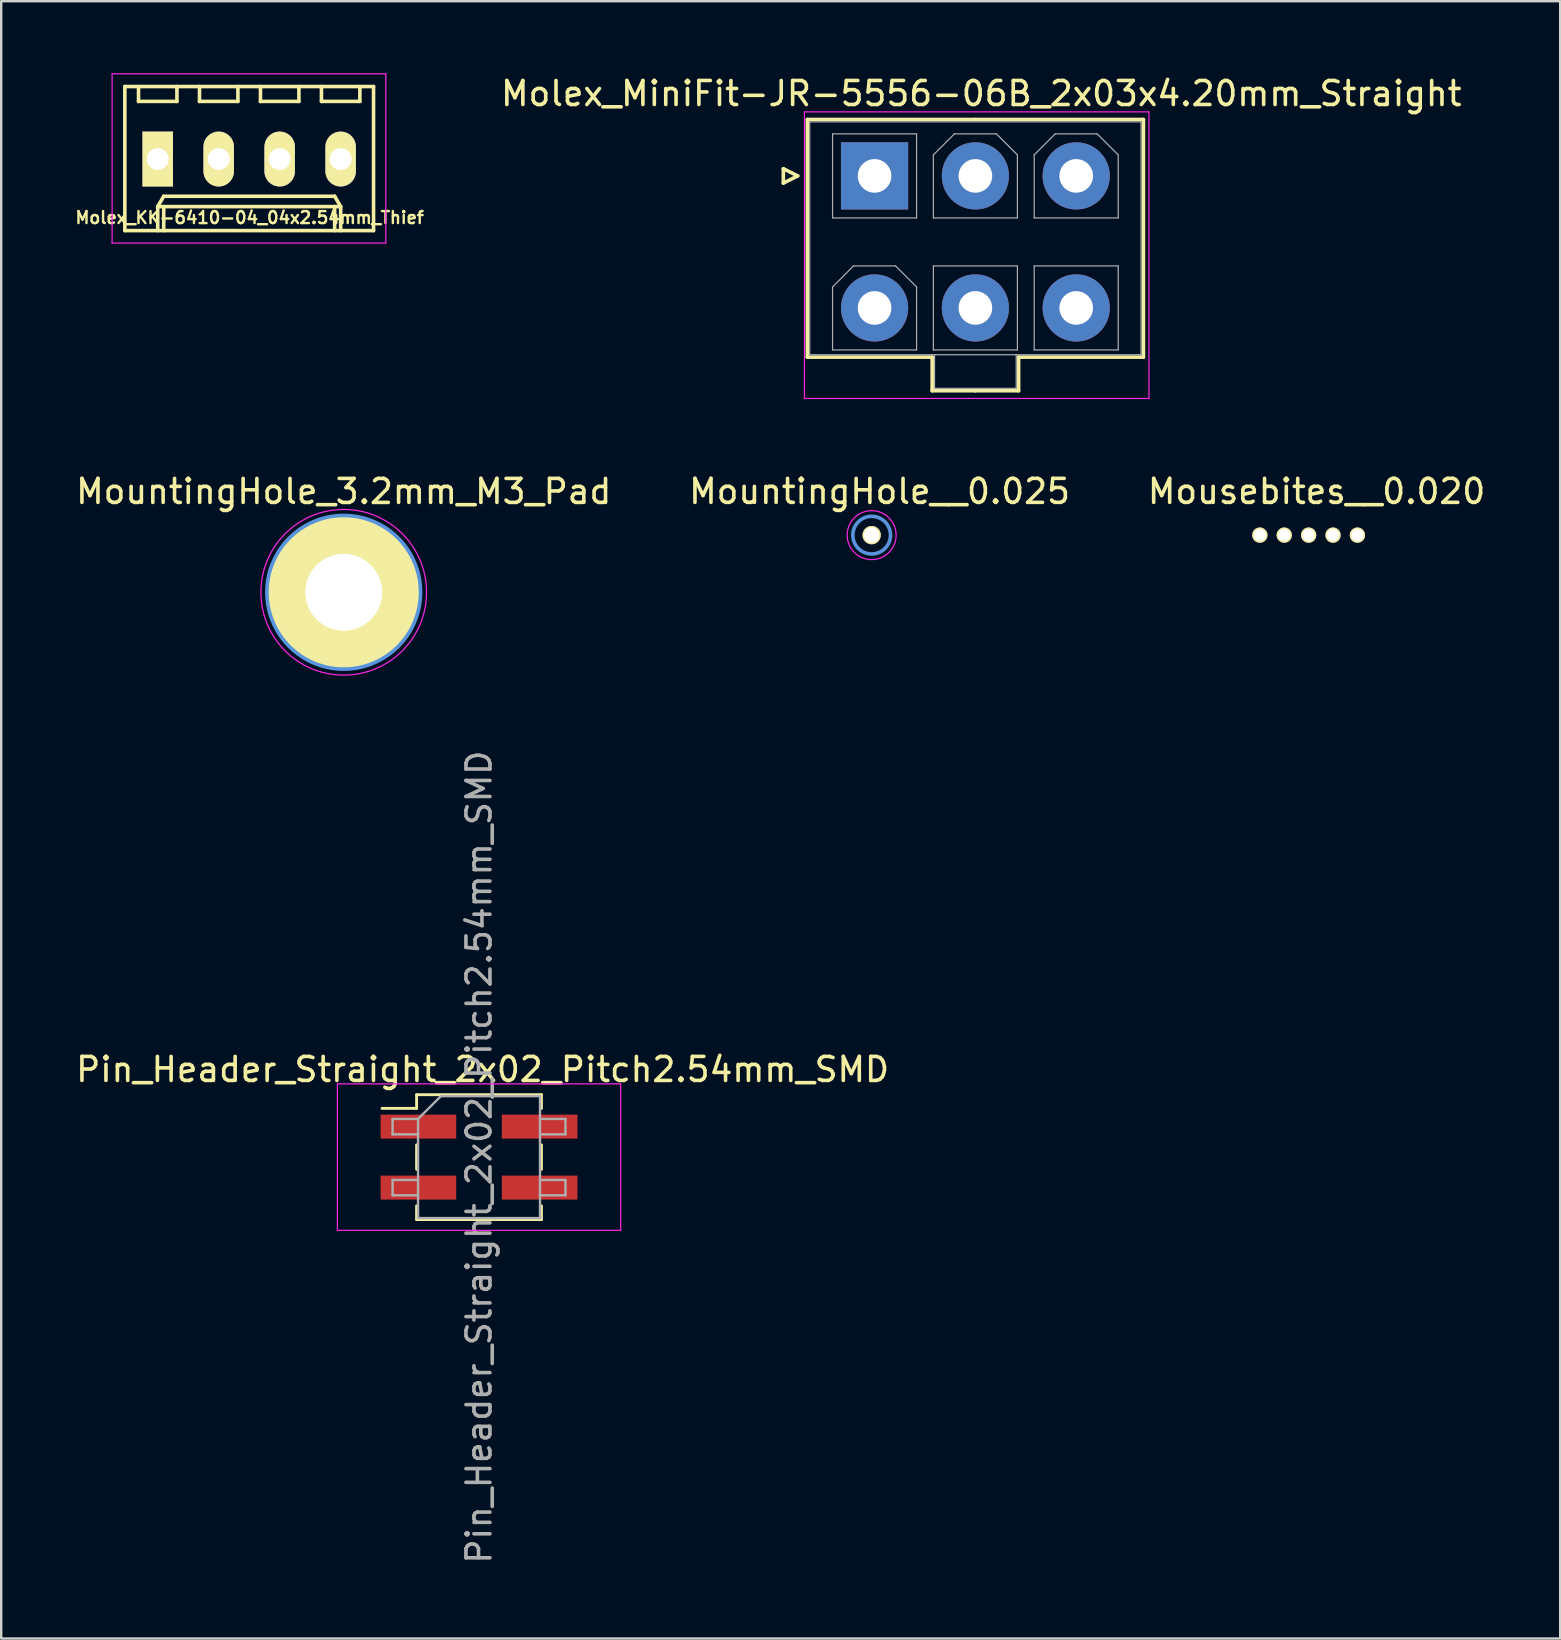
<source format=kicad_pcb>
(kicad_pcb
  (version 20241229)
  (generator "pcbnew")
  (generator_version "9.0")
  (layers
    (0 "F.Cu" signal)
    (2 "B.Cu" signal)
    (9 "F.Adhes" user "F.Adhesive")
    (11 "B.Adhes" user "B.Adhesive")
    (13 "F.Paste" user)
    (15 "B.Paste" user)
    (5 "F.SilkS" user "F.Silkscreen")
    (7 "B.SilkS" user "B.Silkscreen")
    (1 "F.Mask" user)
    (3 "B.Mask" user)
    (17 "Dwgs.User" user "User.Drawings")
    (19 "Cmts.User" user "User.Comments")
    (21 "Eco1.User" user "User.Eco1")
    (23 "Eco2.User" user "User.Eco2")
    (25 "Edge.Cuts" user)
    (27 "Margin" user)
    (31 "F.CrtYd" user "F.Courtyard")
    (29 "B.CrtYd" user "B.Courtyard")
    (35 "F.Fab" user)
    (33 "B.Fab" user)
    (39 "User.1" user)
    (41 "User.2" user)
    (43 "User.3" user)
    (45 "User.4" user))
  (footprint "MountingHole_3.2mm_M3_Pad"
    (layer "F.Cu")
    (at 11.268 21.622)
    (property "Reference" "MountingHole_3.2mm_M3_Pad" (at 0 -4.2 0) (layer "F.SilkS") (effects (font (size 1 1) (thickness 0.15))))
    (attr through_hole)
    (fp_circle (center 0 0) (end 3.2 0) (stroke (width 0.15) (type solid)) (fill no) (layer "Cmts.User"))
    (fp_circle (center 0 0) (end 3.45 0) (stroke (width 0.05) (type solid)) (fill no) (layer "F.CrtYd"))
    (pad "1" thru_hole circle (at 0 0) (size 6.4 6.4) (drill 3.2) (layers "*.Cu" "*.Mask" "F.SilkS")))
  (footprint "Pin_Header_Straight_2x02_Pitch2.54mm_SMD"
    (layer "F.Cu")
    (at 16.904 45.15)
    (property "Reference" "Pin_Header_Straight_2x02_Pitch2.54mm_SMD" (at 0.15 -3.65 0) (layer "F.SilkS") (effects (font (size 1 1) (thickness 0.15))))
    (attr smd)
    (fp_line (start -4.04 -2.03) (end -2.6 -2.03) (stroke (width 0.12) (type solid)) (layer "F.SilkS"))
    (fp_line (start -2.6 -2.6) (end -2.6 -2.03) (stroke (width 0.12) (type solid)) (layer "F.SilkS"))
    (fp_line (start -2.6 -2.6) (end 2.6 -2.6) (stroke (width 0.12) (type solid)) (layer "F.SilkS"))
    (fp_line (start -2.6 -0.51) (end -2.6 0.51) (stroke (width 0.12) (type solid)) (layer "F.SilkS"))
    (fp_line (start -2.6 2.03) (end -2.6 2.6) (stroke (width 0.12) (type solid)) (layer "F.SilkS"))
    (fp_line (start -2.6 2.6) (end 2.6 2.6) (stroke (width 0.12) (type solid)) (layer "F.SilkS"))
    (fp_line (start 2.6 -2.6) (end 2.6 -2.03) (stroke (width 0.12) (type solid)) (layer "F.SilkS"))
    (fp_line (start 2.6 -0.51) (end 2.6 0.51) (stroke (width 0.12) (type solid)) (layer "F.SilkS"))
    (fp_line (start 2.6 2.03) (end 2.6 2.6) (stroke (width 0.12) (type solid)) (layer "F.SilkS"))
    (fp_line (start -5.9 -3.05) (end -5.9 3.05) (stroke (width 0.05) (type solid)) (layer "F.CrtYd"))
    (fp_line (start -5.9 3.05) (end 5.9 3.05) (stroke (width 0.05) (type solid)) (layer "F.CrtYd"))
    (fp_line (start 5.9 -3.05) (end -5.9 -3.05) (stroke (width 0.05) (type solid)) (layer "F.CrtYd"))
    (fp_line (start 5.9 3.05) (end 5.9 -3.05) (stroke (width 0.05) (type solid)) (layer "F.CrtYd"))
    (fp_line (start -3.6 -1.59) (end -3.6 -0.95) (stroke (width 0.1) (type solid)) (layer "F.Fab"))
    (fp_line (start -3.6 -0.95) (end -2.54 -0.95) (stroke (width 0.1) (type solid)) (layer "F.Fab"))
    (fp_line (start -3.6 0.95) (end -3.6 1.59) (stroke (width 0.1) (type solid)) (layer "F.Fab"))
    (fp_line (start -3.6 1.59) (end -2.54 1.59) (stroke (width 0.1) (type solid)) (layer "F.Fab"))
    (fp_line (start -2.54 -1.59) (end -3.6 -1.59) (stroke (width 0.1) (type solid)) (layer "F.Fab"))
    (fp_line (start -2.54 -1.59) (end -1.59 -2.54) (stroke (width 0.1) (type solid)) (layer "F.Fab"))
    (fp_line (start -2.54 0.95) (end -3.6 0.95) (stroke (width 0.1) (type solid)) (layer "F.Fab"))
    (fp_line (start -2.54 2.54) (end -2.54 -1.59) (stroke (width 0.1) (type solid)) (layer "F.Fab"))
    (fp_line (start -1.59 -2.54) (end 2.54 -2.54) (stroke (width 0.1) (type solid)) (layer "F.Fab"))
    (fp_line (start 2.54 -2.54) (end 2.54 2.54) (stroke (width 0.1) (type solid)) (layer "F.Fab"))
    (fp_line (start 2.54 -1.59) (end 3.6 -1.59) (stroke (width 0.1) (type solid)) (layer "F.Fab"))
    (fp_line (start 2.54 0.95) (end 3.6 0.95) (stroke (width 0.1) (type solid)) (layer "F.Fab"))
    (fp_line (start 2.54 2.54) (end -2.54 2.54) (stroke (width 0.1) (type solid)) (layer "F.Fab"))
    (fp_line (start 3.6 -1.59) (end 3.6 -0.95) (stroke (width 0.1) (type solid)) (layer "F.Fab"))
    (fp_line (start 3.6 -0.95) (end 2.54 -0.95) (stroke (width 0.1) (type solid)) (layer "F.Fab"))
    (fp_line (start 3.6 0.95) (end 3.6 1.59) (stroke (width 0.1) (type solid)) (layer "F.Fab"))
    (fp_line (start 3.6 1.59) (end 2.54 1.59) (stroke (width 0.1) (type solid)) (layer "F.Fab"))
    (fp_text user "${REFERENCE}" (at 0 0 90) (layer "F.Fab") (effects (font (size 1 1) (thickness 0.15))))
    (pad "1" smd rect (at -2.525 -1.27) (size 3.15 1) (layers "F.Cu" "F.Mask" "F.Paste"))
    (pad "2" smd rect (at 2.525 -1.27) (size 3.15 1) (layers "F.Cu" "F.Mask" "F.Paste"))
    (pad "3" smd rect (at -2.525 1.27) (size 3.15 1) (layers "F.Cu" "F.Mask" "F.Paste"))
    (pad "4" smd rect (at 2.525 1.27) (size 3.15 1) (layers "F.Cu" "F.Mask" "F.Paste")))
  (footprint "MountingHole__0.025"
    (layer "F.Cu")
    (at 33.259 19.241)
    (property "Reference" "MountingHole__0.025" (at 0.33 -1.82 0) (layer "F.SilkS") (effects (font (size 1 1) (thickness 0.15))))
    (attr through_hole)
    (fp_circle (center 0 0) (end 0.78 -0.08) (stroke (width 0.15) (type solid)) (fill no) (layer "Cmts.User"))
    (fp_circle (center 0 0) (end 1 -0.2) (stroke (width 0.05) (type solid)) (fill no) (layer "F.CrtYd"))
    (pad "" np_thru_hole circle (at 0 0) (size 0.762 0.762) (drill 0.635) (layers "*.Cu" "*.Mask" "F.SilkS")))
  (footprint "Molex_MiniFit-JR-5556-06B_2x03x4.20mm_Straight"
    (layer "F.Cu")
    (at 37.571 7.071)
    (property "Reference" "Molex_MiniFit-JR-5556-06B_2x03x4.20mm_Straight" (at 0.254 -6.223 0) (layer "F.SilkS") (effects (font (size 1 1) (thickness 0.15))))
    (attr through_hole)
    (fp_line (start -7.991 -3.094) (end -7.391 -2.794) (stroke (width 0.15) (type solid)) (layer "F.SilkS"))
    (fp_line (start -7.991 -2.494) (end -7.991 -3.094) (stroke (width 0.15) (type solid)) (layer "F.SilkS"))
    (fp_line (start -7.391 -2.794) (end -7.991 -2.494) (stroke (width 0.15) (type solid)) (layer "F.SilkS"))
    (fp_line (start -6.991 -5.144) (end -6.991 4.756) (stroke (width 0.15) (type solid)) (layer "F.SilkS"))
    (fp_line (start -6.991 4.756) (end -1.791 4.756) (stroke (width 0.15) (type solid)) (layer "F.SilkS"))
    (fp_line (start -1.791 4.756) (end -1.791 6.156) (stroke (width 0.15) (type solid)) (layer "F.SilkS"))
    (fp_line (start -1.791 6.156) (end 0.009 6.156) (stroke (width 0.15) (type solid)) (layer "F.SilkS"))
    (fp_line (start 0.009 -5.144) (end -6.991 -5.144) (stroke (width 0.15) (type solid)) (layer "F.SilkS"))
    (fp_line (start 0.009 -5.144) (end 7.009 -5.144) (stroke (width 0.15) (type solid)) (layer "F.SilkS"))
    (fp_line (start 1.809 4.756) (end 1.809 6.156) (stroke (width 0.15) (type solid)) (layer "F.SilkS"))
    (fp_line (start 1.809 6.156) (end 0.009 6.156) (stroke (width 0.15) (type solid)) (layer "F.SilkS"))
    (fp_line (start 7.009 -5.144) (end 7.009 4.756) (stroke (width 0.15) (type solid)) (layer "F.SilkS"))
    (fp_line (start 7.009 4.756) (end 1.809 4.756) (stroke (width 0.15) (type solid)) (layer "F.SilkS"))
    (fp_line (start -7.112 -5.461) (end -7.112 6.477) (stroke (width 0.05) (type solid)) (layer "F.CrtYd"))
    (fp_line (start -7.112 6.477) (end 7.239 6.477) (stroke (width 0.05) (type solid)) (layer "F.CrtYd"))
    (fp_line (start 7.239 -5.461) (end -7.112 -5.461) (stroke (width 0.05) (type solid)) (layer "F.CrtYd"))
    (fp_line (start 7.239 6.477) (end 7.239 -5.461) (stroke (width 0.05) (type solid)) (layer "F.CrtYd"))
    (fp_line (start -6.891 -5.044) (end -6.891 4.656) (stroke (width 0.05) (type solid)) (layer "F.Fab"))
    (fp_line (start -6.891 4.656) (end 6.909 4.656) (stroke (width 0.05) (type solid)) (layer "F.Fab"))
    (fp_line (start -5.941 -4.544) (end -5.941 -1.044) (stroke (width 0.05) (type solid)) (layer "F.Fab"))
    (fp_line (start -5.941 -1.044) (end -2.441 -1.044) (stroke (width 0.05) (type solid)) (layer "F.Fab"))
    (fp_line (start -5.941 1.831) (end -5.066 0.956) (stroke (width 0.05) (type solid)) (layer "F.Fab"))
    (fp_line (start -5.941 4.456) (end -5.941 1.831) (stroke (width 0.05) (type solid)) (layer "F.Fab"))
    (fp_line (start -5.066 0.956) (end -3.316 0.956) (stroke (width 0.05) (type solid)) (layer "F.Fab"))
    (fp_line (start -3.316 0.956) (end -2.441 1.831) (stroke (width 0.05) (type solid)) (layer "F.Fab"))
    (fp_line (start -2.441 -4.544) (end -5.941 -4.544) (stroke (width 0.05) (type solid)) (layer "F.Fab"))
    (fp_line (start -2.441 -1.044) (end -2.441 -4.544) (stroke (width 0.05) (type solid)) (layer "F.Fab"))
    (fp_line (start -2.441 1.831) (end -2.441 4.456) (stroke (width 0.05) (type solid)) (layer "F.Fab"))
    (fp_line (start -2.441 4.456) (end -5.941 4.456) (stroke (width 0.05) (type solid)) (layer "F.Fab"))
    (fp_line (start -1.741 -3.669) (end -0.866 -4.544) (stroke (width 0.05) (type solid)) (layer "F.Fab"))
    (fp_line (start -1.741 -1.044) (end -1.741 -3.669) (stroke (width 0.05) (type solid)) (layer "F.Fab"))
    (fp_line (start -1.741 0.956) (end -1.741 4.456) (stroke (width 0.05) (type solid)) (layer "F.Fab"))
    (fp_line (start -1.741 4.456) (end 1.759 4.456) (stroke (width 0.05) (type solid)) (layer "F.Fab"))
    (fp_line (start -1.691 4.656) (end -1.691 6.056) (stroke (width 0.05) (type solid)) (layer "F.Fab"))
    (fp_line (start -1.691 6.056) (end 1.709 6.056) (stroke (width 0.05) (type solid)) (layer "F.Fab"))
    (fp_line (start -0.866 -4.544) (end 0.884 -4.544) (stroke (width 0.05) (type solid)) (layer "F.Fab"))
    (fp_line (start 0.884 -4.544) (end 1.759 -3.669) (stroke (width 0.05) (type solid)) (layer "F.Fab"))
    (fp_line (start 1.709 6.056) (end 1.709 4.656) (stroke (width 0.05) (type solid)) (layer "F.Fab"))
    (fp_line (start 1.759 -3.669) (end 1.759 -1.044) (stroke (width 0.05) (type solid)) (layer "F.Fab"))
    (fp_line (start 1.759 -1.044) (end -1.741 -1.044) (stroke (width 0.05) (type solid)) (layer "F.Fab"))
    (fp_line (start 1.759 0.956) (end -1.741 0.956) (stroke (width 0.05) (type solid)) (layer "F.Fab"))
    (fp_line (start 1.759 4.456) (end 1.759 0.956) (stroke (width 0.05) (type solid)) (layer "F.Fab"))
    (fp_line (start 2.459 -3.669) (end 3.334 -4.544) (stroke (width 0.05) (type solid)) (layer "F.Fab"))
    (fp_line (start 2.459 -1.044) (end 2.459 -3.669) (stroke (width 0.05) (type solid)) (layer "F.Fab"))
    (fp_line (start 2.459 0.956) (end 2.459 4.456) (stroke (width 0.05) (type solid)) (layer "F.Fab"))
    (fp_line (start 2.459 4.456) (end 5.959 4.456) (stroke (width 0.05) (type solid)) (layer "F.Fab"))
    (fp_line (start 3.334 -4.544) (end 5.084 -4.544) (stroke (width 0.05) (type solid)) (layer "F.Fab"))
    (fp_line (start 5.084 -4.544) (end 5.959 -3.669) (stroke (width 0.05) (type solid)) (layer "F.Fab"))
    (fp_line (start 5.959 -3.669) (end 5.959 -1.044) (stroke (width 0.05) (type solid)) (layer "F.Fab"))
    (fp_line (start 5.959 -1.044) (end 2.459 -1.044) (stroke (width 0.05) (type solid)) (layer "F.Fab"))
    (fp_line (start 5.959 0.956) (end 2.459 0.956) (stroke (width 0.05) (type solid)) (layer "F.Fab"))
    (fp_line (start 5.959 4.456) (end 5.959 0.956) (stroke (width 0.05) (type solid)) (layer "F.Fab"))
    (fp_line (start 6.909 -5.044) (end -6.891 -5.044) (stroke (width 0.05) (type solid)) (layer "F.Fab"))
    (fp_line (start 6.909 4.656) (end 6.909 -5.044) (stroke (width 0.05) (type solid)) (layer "F.Fab"))
    (pad "1" thru_hole rect (at -4.191 -2.794) (size 2.8 2.8) (drill 1.4) (layers "*.Cu" "*.Mask"))
    (pad "2" thru_hole circle (at 0.009 -2.794) (size 2.8 2.8) (drill 1.4) (layers "*.Cu" "*.Mask"))
    (pad "3" thru_hole circle (at 4.209 -2.794) (size 2.8 2.8) (drill 1.4) (layers "*.Cu" "*.Mask"))
    (pad "4" thru_hole circle (at -4.191 2.706) (size 2.8 2.8) (drill 1.4) (layers "*.Cu" "*.Mask"))
    (pad "5" thru_hole circle (at 0.009 2.706) (size 2.8 2.8) (drill 1.4) (layers "*.Cu" "*.Mask"))
    (pad "6" thru_hole circle (at 4.209 2.706) (size 2.8 2.8) (drill 1.4) (layers "*.Cu" "*.Mask")))
  (footprint "Molex_KK-6410-04_04x2.54mm_Thief"
    (layer "F.Cu")
    (at 7.33 3.575)
    (property "Reference" "Molex_KK-6410-04_04x2.54mm_Thief" (at 0.02 2.44 0) (layer "F.SilkS") (effects (font (size 0.5 0.5) (thickness 0.1))))
    (attr through_hole)
    (fp_line (start -5.18 -3.02) (end -5.18 2.98) (stroke (width 0.15) (type solid)) (layer "F.SilkS"))
    (fp_line (start -5.18 2.98) (end 5.18 2.98) (stroke (width 0.15) (type solid)) (layer "F.SilkS"))
    (fp_line (start -4.61 -3.02) (end -4.61 -2.4) (stroke (width 0.15) (type solid)) (layer "F.SilkS"))
    (fp_line (start -4.61 -2.4) (end -3.01 -2.4) (stroke (width 0.15) (type solid)) (layer "F.SilkS"))
    (fp_line (start -3.81 1.98) (end -3.56 1.55) (stroke (width 0.15) (type solid)) (layer "F.SilkS"))
    (fp_line (start -3.81 1.98) (end 3.81 1.98) (stroke (width 0.15) (type solid)) (layer "F.SilkS"))
    (fp_line (start -3.81 2.98) (end -3.81 1.98) (stroke (width 0.15) (type solid)) (layer "F.SilkS"))
    (fp_line (start -3.56 1.55) (end 3.56 1.55) (stroke (width 0.15) (type solid)) (layer "F.SilkS"))
    (fp_line (start -3.56 2.98) (end -3.56 1.98) (stroke (width 0.15) (type solid)) (layer "F.SilkS"))
    (fp_line (start -3.01 -2.4) (end -3.01 -3.02) (stroke (width 0.15) (type solid)) (layer "F.SilkS"))
    (fp_line (start -2.07 -3.02) (end -2.07 -2.4) (stroke (width 0.15) (type solid)) (layer "F.SilkS"))
    (fp_line (start -2.07 -2.4) (end -0.47 -2.4) (stroke (width 0.15) (type solid)) (layer "F.SilkS"))
    (fp_line (start -0.47 -2.4) (end -0.47 -3.02) (stroke (width 0.15) (type solid)) (layer "F.SilkS"))
    (fp_line (start 0.47 -3.02) (end 0.47 -2.4) (stroke (width 0.15) (type solid)) (layer "F.SilkS"))
    (fp_line (start 0.47 -2.4) (end 2.07 -2.4) (stroke (width 0.15) (type solid)) (layer "F.SilkS"))
    (fp_line (start 2.07 -2.4) (end 2.07 -3.02) (stroke (width 0.15) (type solid)) (layer "F.SilkS"))
    (fp_line (start 3.01 -3.02) (end 3.01 -2.4) (stroke (width 0.15) (type solid)) (layer "F.SilkS"))
    (fp_line (start 3.01 -2.4) (end 4.61 -2.4) (stroke (width 0.15) (type solid)) (layer "F.SilkS"))
    (fp_line (start 3.56 1.55) (end 3.81 1.98) (stroke (width 0.15) (type solid)) (layer "F.SilkS"))
    (fp_line (start 3.56 2.98) (end 3.56 1.98) (stroke (width 0.15) (type solid)) (layer "F.SilkS"))
    (fp_line (start 3.81 1.98) (end 3.81 2.98) (stroke (width 0.15) (type solid)) (layer "F.SilkS"))
    (fp_line (start 4.61 -2.4) (end 4.61 -3.02) (stroke (width 0.15) (type solid)) (layer "F.SilkS"))
    (fp_line (start 5.18 -3.02) (end -5.18 -3.02) (stroke (width 0.15) (type solid)) (layer "F.SilkS"))
    (fp_line (start 5.18 2.98) (end 5.18 -3.02) (stroke (width 0.15) (type solid)) (layer "F.SilkS"))
    (fp_line (start -5.71 -3.55) (end 5.69 -3.55) (stroke (width 0.05) (type solid)) (layer "F.CrtYd"))
    (fp_line (start -5.71 3.5) (end -5.71 -3.55) (stroke (width 0.05) (type solid)) (layer "F.CrtYd"))
    (fp_line (start 5.69 -3.55) (end 5.69 3.5) (stroke (width 0.05) (type solid)) (layer "F.CrtYd"))
    (fp_line (start 5.69 3.5) (end -5.71 3.5) (stroke (width 0.05) (type solid)) (layer "F.CrtYd"))
    (pad "1" thru_hole rect (at -3.81 0) (size 1.27 2.286) (drill 0.914) (layers "*.Cu" "*.Mask" "F.SilkS"))
    (pad "2" thru_hole oval (at -1.27 0) (size 1.27 2.286) (drill 0.914) (layers "*.Cu" "*.Mask" "F.SilkS"))
    (pad "3" thru_hole oval (at 1.27 0) (size 1.27 2.286) (drill 0.914) (layers "*.Cu" "*.Mask" "F.SilkS"))
    (pad "4" thru_hole oval (at 3.81 0) (size 1.27 2.286) (drill 0.914) (layers "*.Cu" "*.Mask" "F.SilkS")))
  (footprint "Mousebites__0.020"
    (layer "F.Cu")
    (at 51.462 19.241)
    (property "Reference" "Mousebites__0.020" (at 0.33 -1.82 0) (layer "F.SilkS") (effects (font (size 1 1) (thickness 0.15))))
    (attr through_hole)
    (pad "" np_thru_hole circle (at -2.032 0) (size 0.635 0.635) (drill 0.508) (layers "*.Cu" "*.Mask" "F.SilkS"))
    (pad "" np_thru_hole circle (at -1.016 0) (size 0.635 0.635) (drill 0.508) (layers "*.Cu" "*.Mask" "F.SilkS"))
    (pad "" np_thru_hole circle (at 0 0) (size 0.635 0.635) (drill 0.508) (layers "*.Cu" "*.Mask" "F.SilkS"))
    (pad "" np_thru_hole circle (at 1.016 0) (size 0.635 0.635) (drill 0.508) (layers "*.Cu" "*.Mask" "F.SilkS"))
    (pad "" np_thru_hole circle (at 2.032 0) (size 0.635 0.635) (drill 0.508) (layers "*.Cu" "*.Mask" "F.SilkS")))
  (gr_rect
    (start -3 -3)
    (end 61.94 65.204)
    (stroke (width 0.1) (type default))
    (fill no)
    (layer "Edge.Cuts")))
</source>
